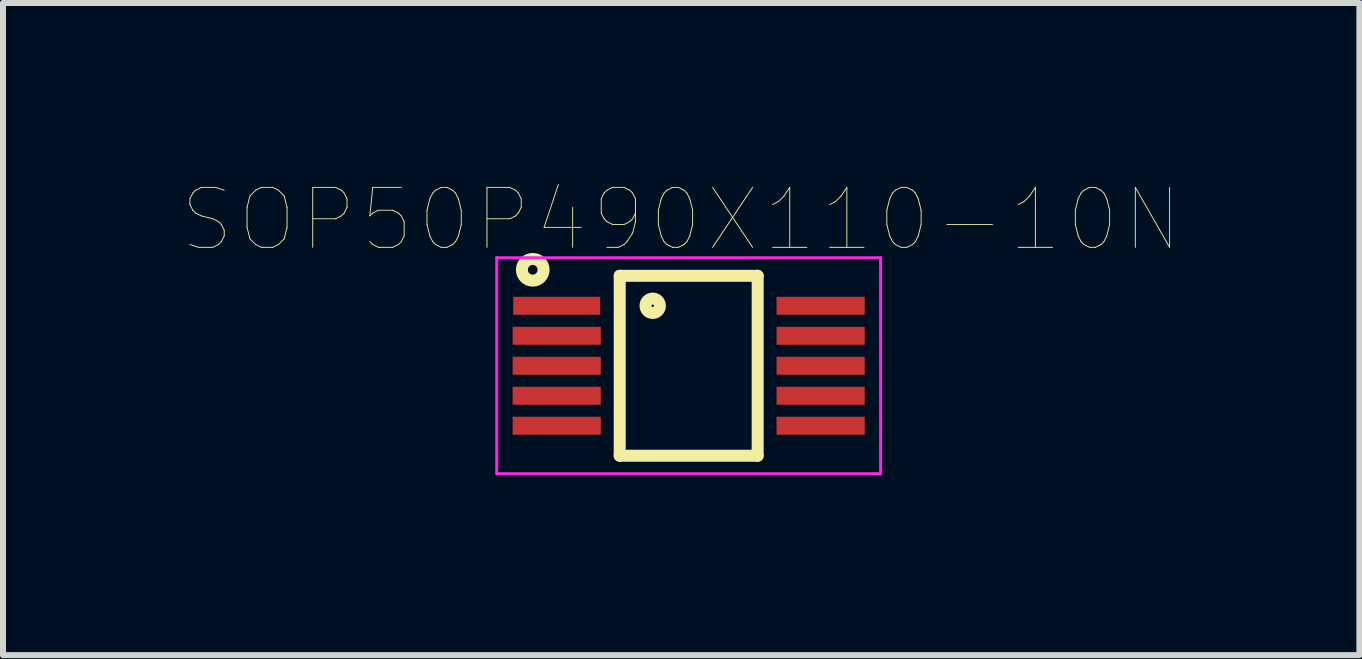
<source format=kicad_pcb>
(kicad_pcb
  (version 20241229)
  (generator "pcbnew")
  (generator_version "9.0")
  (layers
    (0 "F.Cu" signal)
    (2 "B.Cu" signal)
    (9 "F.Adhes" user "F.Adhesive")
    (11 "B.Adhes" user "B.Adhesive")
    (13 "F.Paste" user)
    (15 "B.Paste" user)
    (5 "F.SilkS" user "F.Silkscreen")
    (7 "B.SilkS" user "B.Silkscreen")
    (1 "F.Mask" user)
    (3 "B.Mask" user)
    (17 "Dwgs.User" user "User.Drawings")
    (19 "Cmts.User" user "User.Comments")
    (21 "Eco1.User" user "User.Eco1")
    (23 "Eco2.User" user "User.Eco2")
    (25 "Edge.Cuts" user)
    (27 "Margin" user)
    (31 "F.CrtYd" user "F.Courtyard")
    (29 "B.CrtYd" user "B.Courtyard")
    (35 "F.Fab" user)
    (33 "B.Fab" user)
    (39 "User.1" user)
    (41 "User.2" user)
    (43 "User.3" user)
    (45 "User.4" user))
  (footprint "SOP50P490X110-10N"
    (layer "F.Cu")
    (at 8.432 3.048)
    (property "Reference" "SOP50P490X110-10N" (at -0.125 -2.436 0) (layer "F.SilkS") (effects (font (size 1 1) (thickness 0.015))))
    (attr through_hole)
    (fp_line (start -1.15 -1.5) (end 1.15 -1.5) (stroke (width 0.2) (type solid)) (layer "F.SilkS"))
    (fp_line (start -1.15 1.5) (end -1.15 -1.5) (stroke (width 0.2) (type solid)) (layer "F.SilkS"))
    (fp_line (start 1.15 -1.5) (end 1.15 1.5) (stroke (width 0.2) (type solid)) (layer "F.SilkS"))
    (fp_line (start 1.15 1.5) (end -1.15 1.5) (stroke (width 0.2) (type solid)) (layer "F.SilkS"))
    (fp_circle (center -2.6 -1.6) (end -2.519 -1.6) (stroke (width 0.2) (type solid)) (fill no) (layer "F.SilkS"))
    (fp_circle (center -0.6 -1) (end -0.48 -1) (stroke (width 0.2) (type solid)) (fill no) (layer "F.SilkS"))
    (fp_line (start -3.2 -1.8) (end 3.2 -1.8) (stroke (width 0.05) (type solid)) (layer "F.CrtYd"))
    (fp_line (start -3.2 1.8) (end -3.2 -1.8) (stroke (width 0.05) (type solid)) (layer "F.CrtYd"))
    (fp_line (start 3.2 -1.8) (end 3.2 1.8) (stroke (width 0.05) (type solid)) (layer "F.CrtYd"))
    (fp_line (start 3.2 1.8) (end -3.2 1.8) (stroke (width 0.05) (type solid)) (layer "F.CrtYd"))
    (pad "1" smd rect (at -2.2 -1) (size 1.45 0.3) (layers "F.Cu" "F.Mask" "F.Paste"))
    (pad "2" smd rect (at -2.2 -0.5) (size 1.47 0.3) (layers "F.Cu" "F.Mask" "F.Paste"))
    (pad "3" smd rect (at -2.2 0) (size 1.47 0.3) (layers "F.Cu" "F.Mask" "F.Paste"))
    (pad "4" smd rect (at -2.2 0.5) (size 1.47 0.3) (layers "F.Cu" "F.Mask" "F.Paste"))
    (pad "5" smd rect (at -2.2 1) (size 1.47 0.3) (layers "F.Cu" "F.Mask" "F.Paste"))
    (pad "6" smd rect (at 2.2 1) (size 1.47 0.3) (layers "F.Cu" "F.Mask" "F.Paste"))
    (pad "7" smd rect (at 2.2 0.5) (size 1.47 0.3) (layers "F.Cu" "F.Mask" "F.Paste"))
    (pad "8" smd rect (at 2.2 0) (size 1.47 0.3) (layers "F.Cu" "F.Mask" "F.Paste"))
    (pad "9" smd rect (at 2.2 -0.5) (size 1.47 0.3) (layers "F.Cu" "F.Mask" "F.Paste"))
    (pad "10" smd rect (at 2.2 -1) (size 1.47 0.3) (layers "F.Cu" "F.Mask" "F.Paste")))
  (gr_rect
    (start -3 -3)
    (end 19.614 7.873)
    (stroke (width 0.1) (type default))
    (fill no)
    (layer "Edge.Cuts")))
</source>
